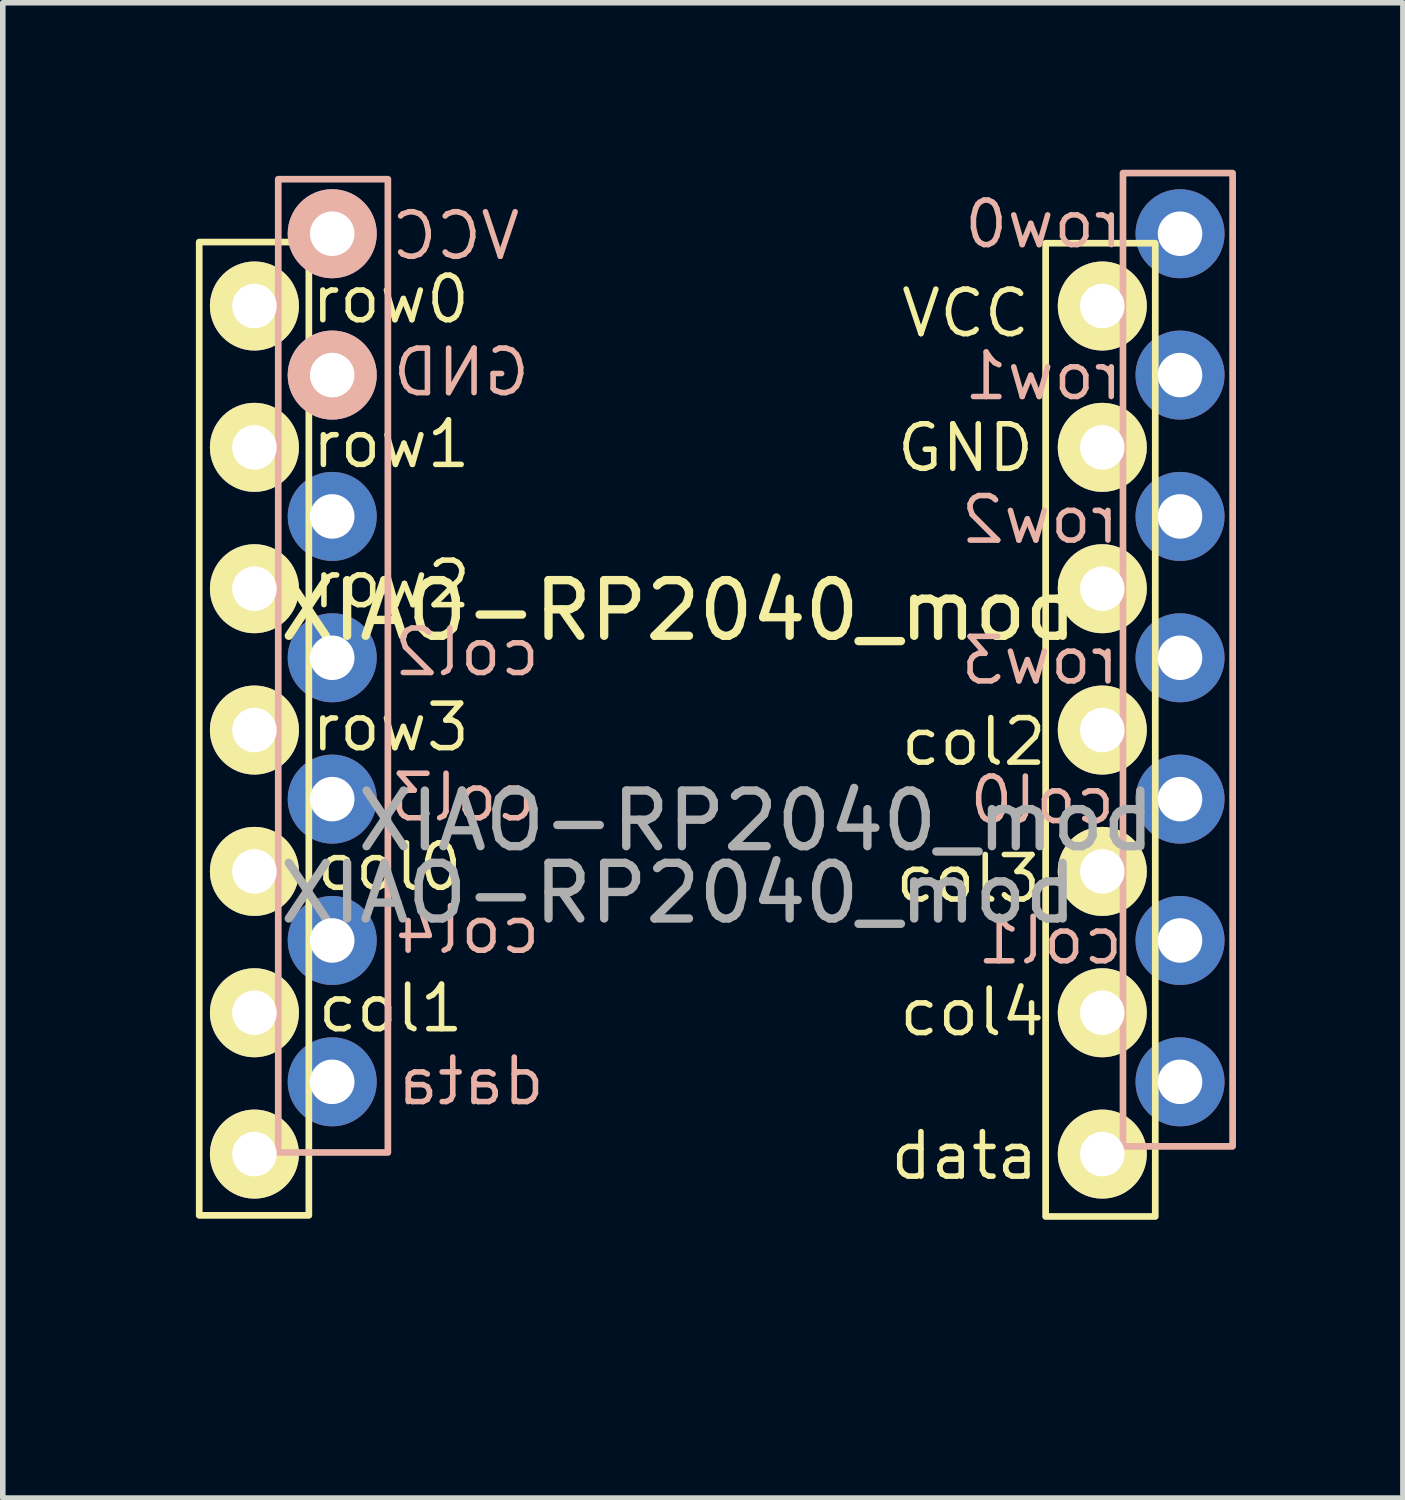
<source format=kicad_pcb>
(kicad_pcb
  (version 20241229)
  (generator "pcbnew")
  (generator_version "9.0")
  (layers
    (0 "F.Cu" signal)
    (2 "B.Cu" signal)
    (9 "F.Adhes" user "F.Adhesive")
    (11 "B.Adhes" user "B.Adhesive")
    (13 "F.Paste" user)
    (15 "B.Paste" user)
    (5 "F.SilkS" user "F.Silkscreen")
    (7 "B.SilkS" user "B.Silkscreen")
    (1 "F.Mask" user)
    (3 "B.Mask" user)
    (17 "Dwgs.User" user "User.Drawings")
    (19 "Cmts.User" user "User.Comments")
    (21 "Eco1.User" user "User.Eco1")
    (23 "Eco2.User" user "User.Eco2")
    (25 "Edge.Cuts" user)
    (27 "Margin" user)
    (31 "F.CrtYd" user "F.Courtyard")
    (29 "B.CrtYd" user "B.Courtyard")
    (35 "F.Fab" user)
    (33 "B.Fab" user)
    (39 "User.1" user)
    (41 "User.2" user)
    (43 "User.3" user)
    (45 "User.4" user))
  (footprint "XIAO-RP2040_mod"
    (layer "F.Cu")
    (at 0.25 20.62)
    (property "Reference" "XIAO-RP2040_mod" (at 8.89 -12.7 0) (unlocked yes) (layer "F.SilkS") (effects (font (size 1 1) (thickness 0.15))))
    (attr through_hole)
    (fp_rect (start 0.28 -19.32) (end 2.25 -1.83) (stroke (width 0.12) (type solid)) (fill no) (layer "F.SilkS"))
    (fp_rect (start 15.49 -19.3) (end 17.46 -1.81) (stroke (width 0.12) (type solid)) (fill no) (layer "F.SilkS"))
    (fp_rect (start 1.7 -20.45) (end 3.67 -2.96) (stroke (width 0.12) (type solid)) (fill no) (layer "B.SilkS"))
    (fp_rect (start 16.88 -20.56) (end 18.85 -3.07) (stroke (width 0.12) (type solid)) (fill no) (layer "B.SilkS"))
    (fp_text user "col2" (at 14.2 -10.34 0) (unlocked yes) (layer "F.SilkS") (effects (font (size 0.8 0.8) (thickness 0.1))))
    (fp_text user "col0" (at 3.7 -8.09 0) (unlocked yes) (layer "F.SilkS") (effects (font (size 0.8 0.8) (thickness 0.1))))
    (fp_text user "row2" (at 3.74 -13.17 0) (unlocked yes) (layer "F.SilkS") (effects (font (size 0.8 0.8) (thickness 0.1))))
    (fp_text user "col4" (at 14.17 -5.48 0) (unlocked yes) (layer "F.SilkS") (effects (font (size 0.8 0.8) (thickness 0.1))))
    (fp_text user "col3" (at 14.1 -7.88 0) (unlocked yes) (layer "F.SilkS") (effects (font (size 0.8 0.8) (thickness 0.1))))
    (fp_text user "col1" (at 3.72 -5.55 0) (unlocked yes) (layer "F.SilkS") (effects (font (size 0.8 0.8) (thickness 0.1))))
    (fp_text user "row0" (at 3.72 -18.29 0) (unlocked yes) (layer "F.SilkS") (effects (font (size 0.8 0.8) (thickness 0.1))))
    (fp_text user "data" (at 14.03 -2.9 0) (unlocked yes) (layer "F.SilkS") (effects (font (size 0.8 0.8) (thickness 0.1))))
    (fp_text user "row1" (at 3.73 -15.69 0) (unlocked yes) (layer "F.SilkS") (effects (font (size 0.8 0.8) (thickness 0.1))))
    (fp_text user "row3" (at 3.72 -10.6 0) (unlocked yes) (layer "F.SilkS") (effects (font (size 0.8 0.8) (thickness 0.1))))
    (fp_text user "VCC" (at 14.05 -18.04 0) (unlocked yes) (layer "F.SilkS") (effects (font (size 0.8 0.8) (thickness 0.1))))
    (fp_text user "GND" (at 14.05 -15.62 0) (unlocked yes) (layer "F.SilkS") (effects (font (size 0.8 0.8) (thickness 0.1))))
    (fp_text user "VCC" (at 4.89 -19.43 0) (unlocked yes) (layer "B.SilkS") (effects (font (size 0.8 0.8) (thickness 0.1)) (justify mirror)))
    (fp_text user "col3" (at 5.02 -9.34 0) (unlocked yes) (layer "B.SilkS") (effects (font (size 0.8 0.8) (thickness 0.1)) (justify mirror)))
    (fp_text user "GND" (at 4.99 -16.98 0) (unlocked yes) (layer "B.SilkS") (effects (font (size 0.8 0.8) (thickness 0.1)) (justify mirror)))
    (fp_text user "row2" (at 15.39 -14.33 0) (unlocked yes) (layer "B.SilkS") (effects (font (size 0.8 0.8) (thickness 0.1)) (justify mirror)))
    (fp_text user "col0" (at 15.43 -9.29 0) (unlocked yes) (layer "B.SilkS") (effects (font (size 0.8 0.8) (thickness 0.1)) (justify mirror)))
    (fp_text user "data" (at 5.16 -4.24 0) (unlocked yes) (layer "B.SilkS") (effects (font (size 0.8 0.8) (thickness 0.1)) (justify mirror)))
    (fp_text user "col2" (at 5.09 -11.95 0) (unlocked yes) (layer "B.SilkS") (effects (font (size 0.8 0.8) (thickness 0.1)) (justify mirror)))
    (fp_text user "col1" (at 15.57 -6.77 0) (unlocked yes) (layer "B.SilkS") (effects (font (size 0.8 0.8) (thickness 0.1)) (justify mirror)))
    (fp_text user "row3" (at 15.39 -11.8 0) (unlocked yes) (layer "B.SilkS") (effects (font (size 0.8 0.8) (thickness 0.1)) (justify mirror)))
    (fp_text user "row0" (at 15.45 -19.64 0) (unlocked yes) (layer "B.SilkS") (effects (font (size 0.8 0.8) (thickness 0.1)) (justify mirror)))
    (fp_text user "row1" (at 15.45 -16.91 0) (unlocked yes) (layer "B.SilkS") (effects (font (size 0.8 0.8) (thickness 0.1)) (justify mirror)))
    (fp_text user "col4" (at 5.1 -6.96 0) (unlocked yes) (layer "B.SilkS") (effects (font (size 0.8 0.8) (thickness 0.1)) (justify mirror)))
    (fp_text user "${REFERENCE}" (at 8.89 -7.62 0) (unlocked yes) (layer "F.Fab") (effects (font (size 1 1) (thickness 0.15))))
    (fp_text user "${REFERENCE}" (at 10.287 -8.919 0) (unlocked yes) (layer "F.Fab") (effects (font (size 1 1) (thickness 0.15))))
    (pad "1" thru_hole circle (at 1.272 -18.171) (size 1.6 1.6) (drill 0.8) (layers "*.Cu" "*.Mask" "F.SilkS"))
    (pad "1" thru_hole circle (at 17.905 -19.47) (size 1.6 1.6) (drill 0.8) (layers "*.Cu" "*.Mask"))
    (pad "2" thru_hole circle (at 1.272 -15.631) (size 1.6 1.6) (drill 0.8) (layers "*.Cu" "*.Mask" "F.SilkS"))
    (pad "2" thru_hole circle (at 17.905 -16.93) (size 1.6 1.6) (drill 0.8) (layers "*.Cu" "*.Mask"))
    (pad "3" thru_hole circle (at 1.272 -13.091) (size 1.6 1.6) (drill 0.8) (layers "*.Cu" "*.Mask" "F.SilkS"))
    (pad "3" thru_hole circle (at 17.905 -14.39) (size 1.6 1.6) (drill 0.8) (layers "*.Cu" "*.Mask"))
    (pad "4" thru_hole circle (at 1.272 -10.551) (size 1.6 1.6) (drill 0.8) (layers "*.Cu" "*.Mask" "F.SilkS"))
    (pad "4" thru_hole circle (at 17.905 -11.85) (size 1.6 1.6) (drill 0.8) (layers "*.Cu" "*.Mask"))
    (pad "5" thru_hole circle (at 1.272 -8.011) (size 1.6 1.6) (drill 0.8) (layers "*.Cu" "*.Mask" "F.SilkS"))
    (pad "5" thru_hole circle (at 17.905 -9.31) (size 1.6 1.6) (drill 0.8) (layers "*.Cu" "*.Mask"))
    (pad "6" thru_hole circle (at 1.272 -5.471) (size 1.6 1.6) (drill 0.8) (layers "*.Cu" "*.Mask" "F.SilkS"))
    (pad "6" thru_hole circle (at 17.905 -6.77) (size 1.6 1.6) (drill 0.8) (layers "*.Cu" "*.Mask"))
    (pad "7" thru_hole circle (at 1.272 -2.931) (size 1.6 1.6) (drill 0.8) (layers "*.Cu" "*.Mask" "F.SilkS"))
    (pad "7" thru_hole circle (at 17.905 -4.23) (size 1.6 1.6) (drill 0.8) (layers "*.Cu" "*.Mask"))
    (pad "8" thru_hole circle (at 2.67 -4.23) (size 1.6 1.6) (drill 0.8) (layers "*.Cu" "*.Mask"))
    (pad "8" thru_hole circle (at 16.508 -2.931) (size 1.6 1.6) (drill 0.8) (layers "*.Cu" "*.Mask" "F.SilkS"))
    (pad "9" thru_hole circle (at 2.67 -6.77) (size 1.6 1.6) (drill 0.8) (layers "*.Cu" "*.Mask"))
    (pad "9" thru_hole circle (at 16.508 -5.471) (size 1.6 1.6) (drill 0.8) (layers "*.Cu" "*.Mask" "F.SilkS"))
    (pad "10" thru_hole circle (at 2.67 -9.31) (size 1.6 1.6) (drill 0.8) (layers "*.Cu" "*.Mask"))
    (pad "10" thru_hole circle (at 16.508 -8.011) (size 1.6 1.6) (drill 0.8) (layers "*.Cu" "*.Mask" "F.SilkS"))
    (pad "11" thru_hole circle (at 2.67 -11.85) (size 1.6 1.6) (drill 0.8) (layers "*.Cu" "*.Mask"))
    (pad "11" thru_hole circle (at 16.508 -10.551) (size 1.6 1.6) (drill 0.8) (layers "*.Cu" "*.Mask" "F.SilkS"))
    (pad "12" thru_hole circle (at 2.67 -14.39) (size 1.6 1.6) (drill 0.8) (layers "*.Cu" "*.Mask"))
    (pad "12" thru_hole circle (at 16.508 -13.091) (size 1.6 1.6) (drill 0.8) (layers "*.Cu" "*.Mask" "F.SilkS"))
    (pad "13" thru_hole circle (at 2.67 -16.93) (size 1.6 1.6) (drill 0.8) (layers "*.Cu" "*.Mask" "B.SilkS"))
    (pad "13" thru_hole circle (at 16.508 -15.631) (size 1.6 1.6) (drill 0.8) (layers "*.Cu" "*.Mask" "F.SilkS"))
    (pad "14" thru_hole circle (at 2.67 -19.47) (size 1.6 1.6) (drill 0.8) (layers "*.Cu" "*.Mask" "B.SilkS"))
    (pad "14" thru_hole circle (at 16.508 -18.171) (size 1.6 1.6) (drill 0.8) (layers "*.Cu" "*.Mask" "F.SilkS")))
  (gr_rect
    (start -3 -3)
    (end 22.16 23.87)
    (stroke (width 0.1) (type default))
    (fill no)
    (layer "Edge.Cuts")))
</source>
